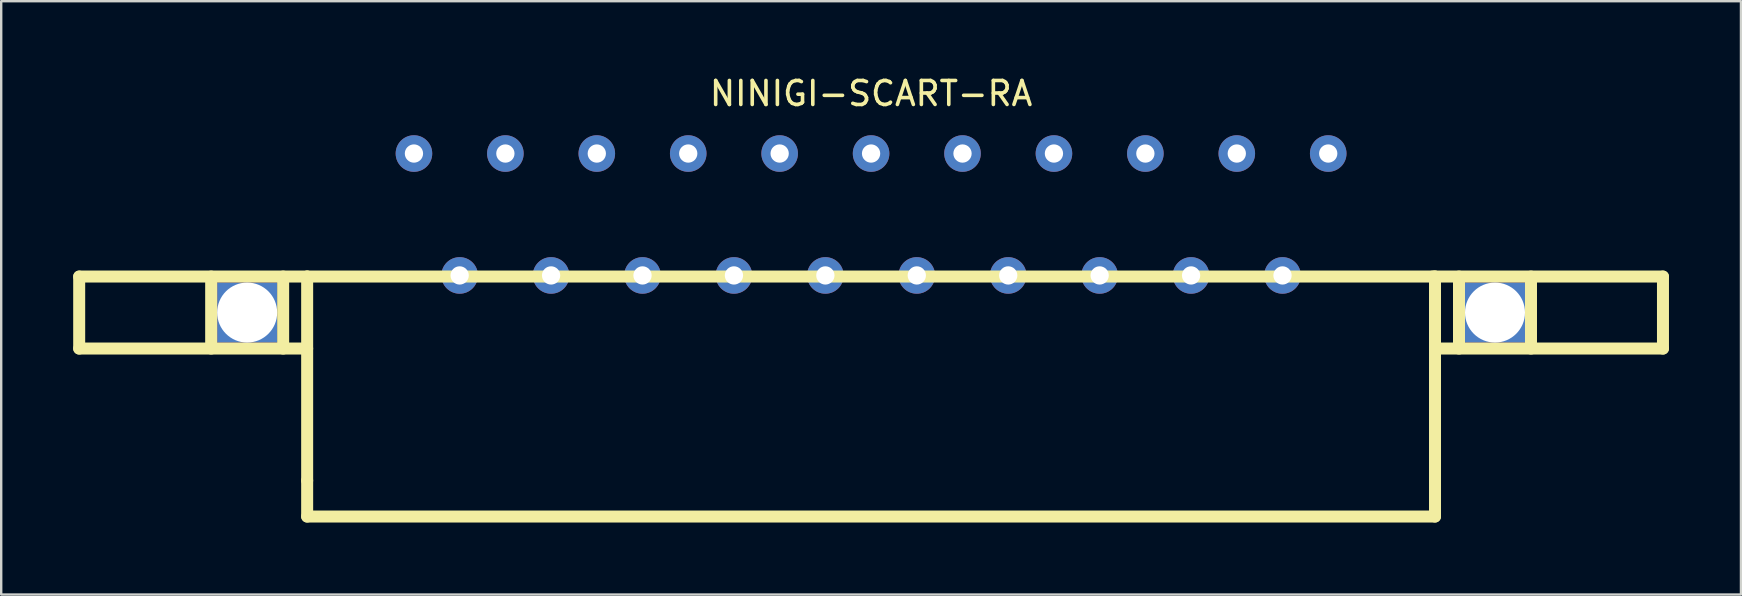
<source format=kicad_pcb>
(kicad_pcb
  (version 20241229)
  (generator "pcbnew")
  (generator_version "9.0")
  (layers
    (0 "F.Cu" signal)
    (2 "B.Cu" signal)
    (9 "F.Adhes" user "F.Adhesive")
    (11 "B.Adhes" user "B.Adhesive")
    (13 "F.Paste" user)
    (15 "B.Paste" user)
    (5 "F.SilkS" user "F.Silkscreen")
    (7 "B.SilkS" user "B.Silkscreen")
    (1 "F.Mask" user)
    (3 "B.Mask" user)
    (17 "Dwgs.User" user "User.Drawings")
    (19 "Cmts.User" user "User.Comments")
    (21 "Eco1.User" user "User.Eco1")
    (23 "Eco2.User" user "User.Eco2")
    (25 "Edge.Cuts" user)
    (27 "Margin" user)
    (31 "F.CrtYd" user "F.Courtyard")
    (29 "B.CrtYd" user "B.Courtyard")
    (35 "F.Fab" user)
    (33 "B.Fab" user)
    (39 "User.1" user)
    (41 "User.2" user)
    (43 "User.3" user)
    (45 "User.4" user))
  (footprint "NINIGI-SCART-RA"
    (layer "F.Cu")
    (at 33.25 3.348)
    (property "Reference" "NINIGI-SCART-RA" (at 0 -2.5 0) (layer "F.SilkS") (effects (font (size 1 1) (thickness 0.15))))
    (attr through_hole)
    (fp_line (start -33 5.127) (end -33 8.127) (stroke (width 0.5) (type solid)) (layer "F.SilkS"))
    (fp_line (start -33 5.127) (end -23.5 5.127) (stroke (width 0.5) (type solid)) (layer "F.SilkS"))
    (fp_line (start -33 8.127) (end -23.5 8.127) (stroke (width 0.5) (type solid)) (layer "F.SilkS"))
    (fp_line (start -27.5 8.127) (end -27.5 5.127) (stroke (width 0.5) (type solid)) (layer "F.SilkS"))
    (fp_line (start -24.5 8.127) (end -24.5 5.127) (stroke (width 0.5) (type solid)) (layer "F.SilkS"))
    (fp_line (start -23.5 5.127) (end 23.5 5.127) (stroke (width 0.5) (type solid)) (layer "F.SilkS"))
    (fp_line (start -23.5 13.627) (end -23.5 5.127) (stroke (width 0.5) (type solid)) (layer "F.SilkS"))
    (fp_line (start -23.5 15.127) (end -23.5 13.627) (stroke (width 0.5) (type solid)) (layer "F.SilkS"))
    (fp_line (start -23.5 15.127) (end 23.5 15.127) (stroke (width 0.5) (type solid)) (layer "F.SilkS"))
    (fp_line (start 23.4 5.127) (end 33 5.127) (stroke (width 0.5) (type solid)) (layer "F.SilkS"))
    (fp_line (start 23.5 5.127) (end 23.5 13.627) (stroke (width 0.5) (type solid)) (layer "F.SilkS"))
    (fp_line (start 23.5 15.127) (end 23.5 13.627) (stroke (width 0.5) (type solid)) (layer "F.SilkS"))
    (fp_line (start 24.5 5.127) (end 24.5 8.127) (stroke (width 0.5) (type solid)) (layer "F.SilkS"))
    (fp_line (start 27.5 8.127) (end 27.5 5.127) (stroke (width 0.5) (type solid)) (layer "F.SilkS"))
    (fp_line (start 33 5.127) (end 33 8.127) (stroke (width 0.5) (type solid)) (layer "F.SilkS"))
    (fp_line (start 33 8.127) (end 23.5 8.127) (stroke (width 0.5) (type solid)) (layer "F.SilkS"))
    (pad "" np_thru_hole rect (at -26 6.627) (size 2.5 2.5) (drill 2.5) (layers "*.Cu" "*.Mask"))
    (pad "" np_thru_hole rect (at 26 6.627) (size 2.5 2.5) (drill 2.5) (layers "*.Cu" "*.Mask"))
    (pad "1" thru_hole circle (at 19.05 0) (size 1.524 1.524) (drill 0.762) (layers "*.Cu" "*.Mask"))
    (pad "2" thru_hole circle (at 17.145 5.08) (size 1.524 1.524) (drill 0.762) (layers "*.Cu" "*.Mask"))
    (pad "3" thru_hole circle (at 15.24 0) (size 1.524 1.524) (drill 0.762) (layers "*.Cu" "*.Mask"))
    (pad "4" thru_hole circle (at 13.335 5.08) (size 1.524 1.524) (drill 0.762) (layers "*.Cu" "*.Mask"))
    (pad "5" thru_hole circle (at 11.43 0) (size 1.524 1.524) (drill 0.762) (layers "*.Cu" "*.Mask"))
    (pad "6" thru_hole circle (at 9.525 5.08) (size 1.524 1.524) (drill 0.762) (layers "*.Cu" "*.Mask"))
    (pad "7" thru_hole circle (at 7.62 0) (size 1.524 1.524) (drill 0.762) (layers "*.Cu" "*.Mask"))
    (pad "8" thru_hole circle (at 5.715 5.08) (size 1.524 1.524) (drill 0.762) (layers "*.Cu" "*.Mask"))
    (pad "9" thru_hole circle (at 3.81 0) (size 1.524 1.524) (drill 0.762) (layers "*.Cu" "*.Mask"))
    (pad "10" thru_hole circle (at 1.905 5.08) (size 1.524 1.524) (drill 0.762) (layers "*.Cu" "*.Mask"))
    (pad "11" thru_hole circle (at 0 0) (size 1.524 1.524) (drill 0.762) (layers "*.Cu" "*.Mask"))
    (pad "12" thru_hole circle (at -1.905 5.08) (size 1.524 1.524) (drill 0.762) (layers "*.Cu" "*.Mask"))
    (pad "13" thru_hole circle (at -3.81 0) (size 1.524 1.524) (drill 0.762) (layers "*.Cu" "*.Mask"))
    (pad "14" thru_hole circle (at -5.715 5.08) (size 1.524 1.524) (drill 0.762) (layers "*.Cu" "*.Mask"))
    (pad "15" thru_hole circle (at -7.62 0) (size 1.524 1.524) (drill 0.762) (layers "*.Cu" "*.Mask"))
    (pad "16" thru_hole circle (at -9.525 5.08) (size 1.524 1.524) (drill 0.762) (layers "*.Cu" "*.Mask"))
    (pad "17" thru_hole circle (at -11.43 0) (size 1.524 1.524) (drill 0.762) (layers "*.Cu" "*.Mask"))
    (pad "18" thru_hole circle (at -13.335 5.08) (size 1.524 1.524) (drill 0.762) (layers "*.Cu" "*.Mask"))
    (pad "19" thru_hole circle (at -15.24 0) (size 1.524 1.524) (drill 0.762) (layers "*.Cu" "*.Mask"))
    (pad "20" thru_hole circle (at -17.145 5.08) (size 1.524 1.524) (drill 0.762) (layers "*.Cu" "*.Mask"))
    (pad "21" thru_hole circle (at -19.05 0) (size 1.524 1.524) (drill 0.762) (layers "*.Cu" "*.Mask")))
  (gr_rect
    (start -3 -3)
    (end 69.5 21.725)
    (stroke (width 0.1) (type default))
    (fill no)
    (layer "Edge.Cuts")))
</source>
